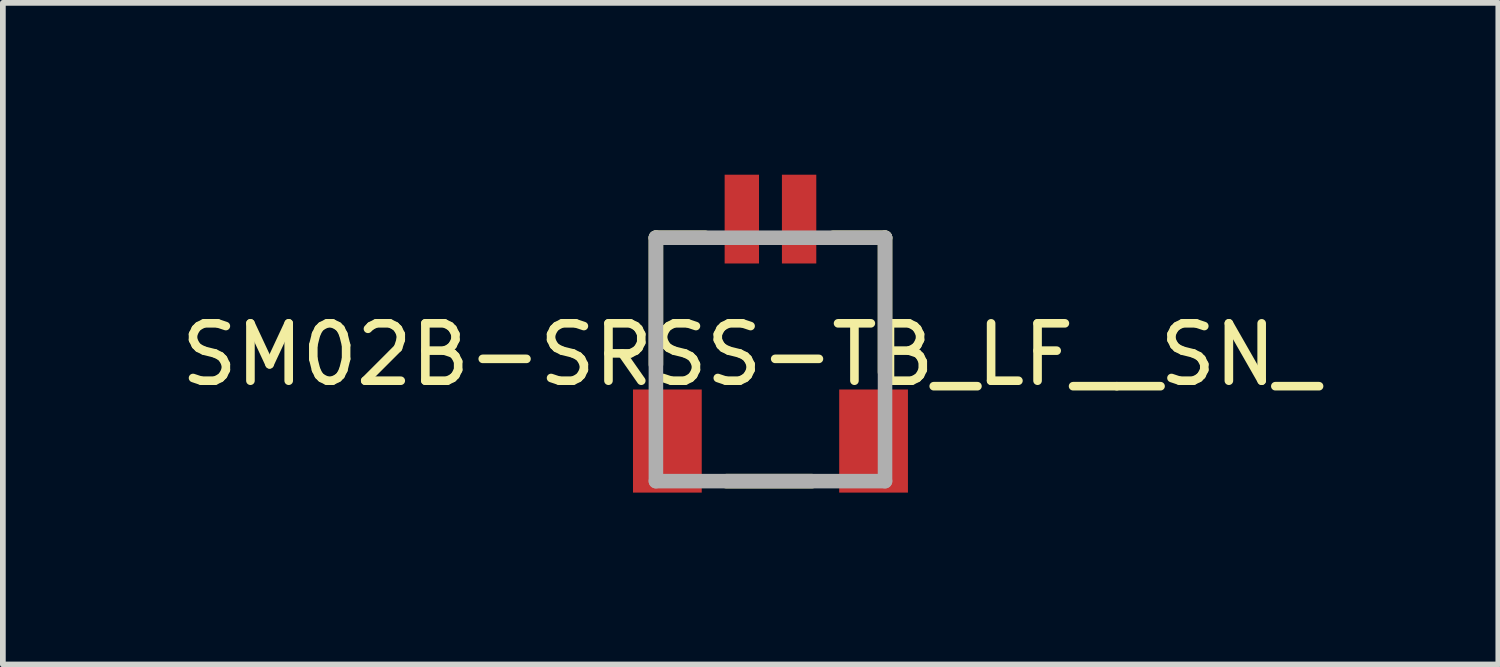
<source format=kicad_pcb>
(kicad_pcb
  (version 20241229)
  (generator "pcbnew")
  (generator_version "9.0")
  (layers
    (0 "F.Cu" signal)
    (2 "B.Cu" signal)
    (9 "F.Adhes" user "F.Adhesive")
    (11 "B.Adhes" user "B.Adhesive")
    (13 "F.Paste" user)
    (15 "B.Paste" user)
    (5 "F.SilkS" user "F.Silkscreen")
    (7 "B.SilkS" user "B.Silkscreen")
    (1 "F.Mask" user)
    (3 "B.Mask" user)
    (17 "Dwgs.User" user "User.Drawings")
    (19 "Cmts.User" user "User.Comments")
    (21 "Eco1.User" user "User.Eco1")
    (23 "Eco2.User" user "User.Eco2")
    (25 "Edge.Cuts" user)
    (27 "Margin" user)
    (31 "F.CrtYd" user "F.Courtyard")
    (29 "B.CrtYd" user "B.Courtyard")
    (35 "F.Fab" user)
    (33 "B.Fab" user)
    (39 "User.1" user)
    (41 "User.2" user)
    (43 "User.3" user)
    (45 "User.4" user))
  (footprint "SM02B-SRSS-TB_LF__SN_"
    (layer "F.Cu")
    (at 10.401 2.75)
    (property "Reference" "SM02B-SRSS-TB_LF__SN_" (at -0.347 0.391 0) (layer "F.SilkS") (effects (font (size 1.002 1.002) (thickness 0.15))))
    (attr smd)
    (fp_line (start -2 -1.65) (end -2 0.563) (stroke (width 0.254) (type solid)) (layer "F.SilkS"))
    (fp_line (start -2 -1.65) (end -1.145 -1.65) (stroke (width 0.254) (type solid)) (layer "F.SilkS"))
    (fp_line (start -0.767 2.6) (end 0.722 2.6) (stroke (width 0.254) (type solid)) (layer "F.SilkS"))
    (fp_line (start 2 -1.65) (end 1.1 -1.65) (stroke (width 0.254) (type solid)) (layer "F.SilkS"))
    (fp_line (start 2 -1.65) (end 2 0.697) (stroke (width 0.254) (type solid)) (layer "F.SilkS"))
    (fp_line (start -2 -1.65) (end 2 -1.65) (stroke (width 0.254) (type solid)) (layer "F.Fab"))
    (fp_line (start -2 2.6) (end -2 -1.65) (stroke (width 0.254) (type solid)) (layer "F.Fab"))
    (fp_line (start 2 -1.65) (end 2 2.6) (stroke (width 0.254) (type solid)) (layer "F.Fab"))
    (fp_line (start 2 2.6) (end -2 2.6) (stroke (width 0.254) (type solid)) (layer "F.Fab"))
    (pad "1" smd rect (at -0.5 -1.975 90) (size 1.55 0.6) (layers "F.Cu" "F.Mask" "F.Paste"))
    (pad "2" smd rect (at 0.5 -1.975 90) (size 1.55 0.6) (layers "F.Cu" "F.Mask" "F.Paste"))
    (pad "3" smd rect (at -1.8 1.9 90) (size 1.8 1.2) (layers "F.Cu" "F.Mask" "F.Paste"))
    (pad "4" smd rect (at 1.8 1.9 90) (size 1.8 1.2) (layers "F.Cu" "F.Mask" "F.Paste")))
  (gr_rect
    (start -3 -3)
    (end 23.108 8.55)
    (stroke (width 0.1) (type default))
    (fill no)
    (layer "Edge.Cuts")))
</source>
